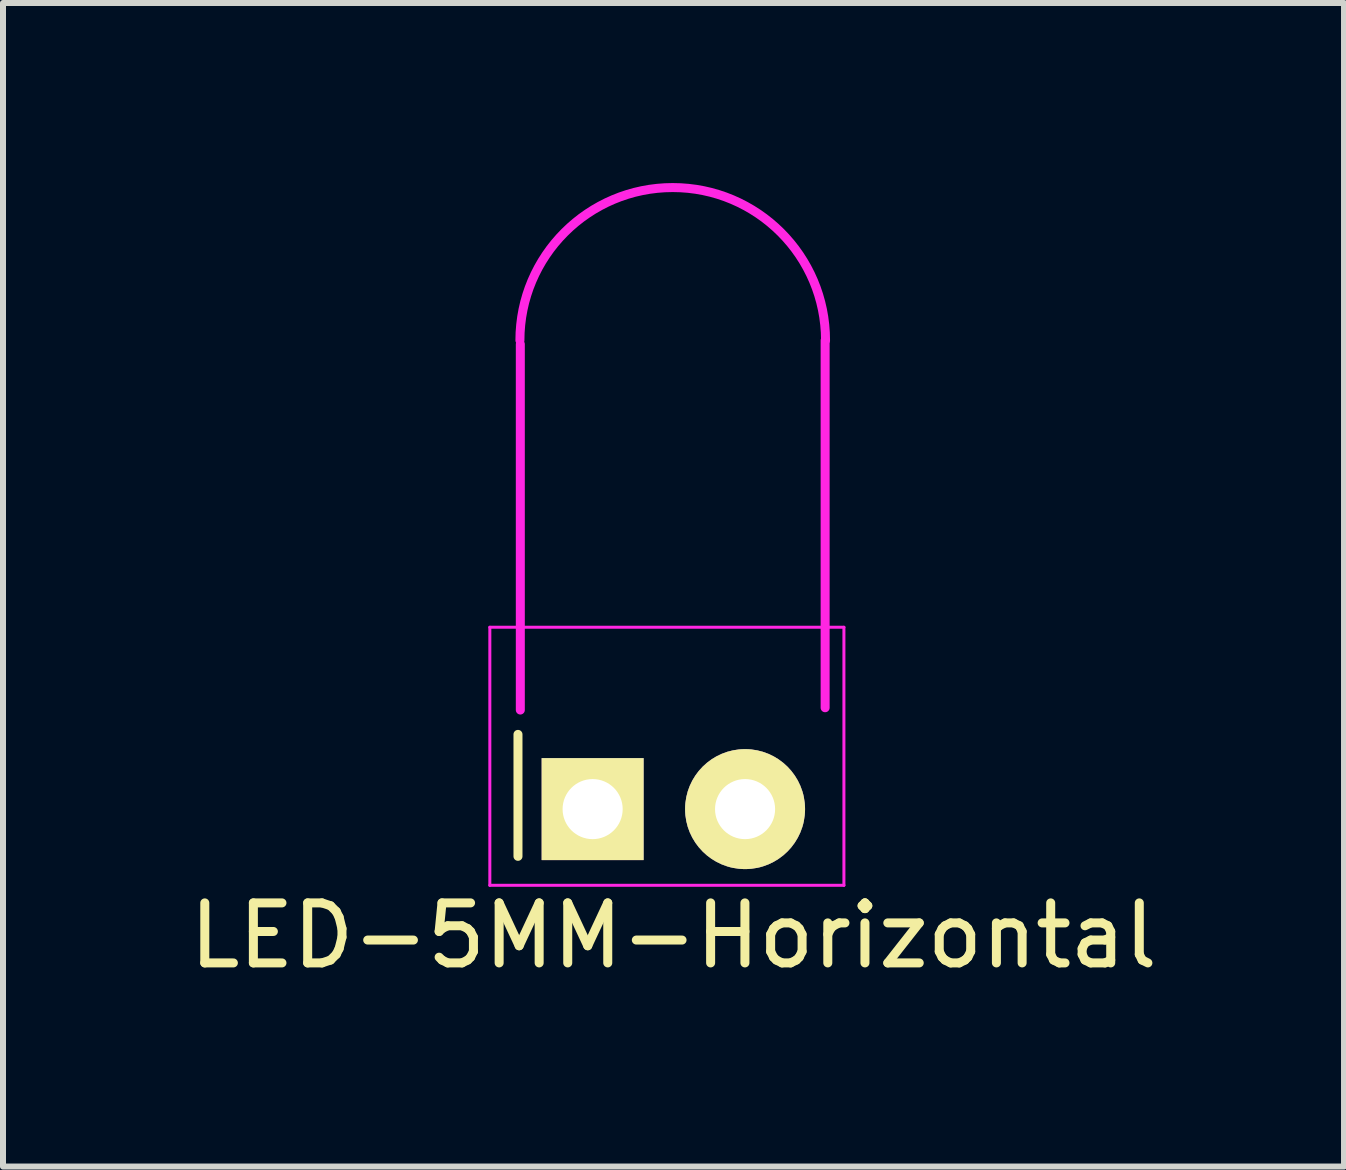
<source format=kicad_pcb>
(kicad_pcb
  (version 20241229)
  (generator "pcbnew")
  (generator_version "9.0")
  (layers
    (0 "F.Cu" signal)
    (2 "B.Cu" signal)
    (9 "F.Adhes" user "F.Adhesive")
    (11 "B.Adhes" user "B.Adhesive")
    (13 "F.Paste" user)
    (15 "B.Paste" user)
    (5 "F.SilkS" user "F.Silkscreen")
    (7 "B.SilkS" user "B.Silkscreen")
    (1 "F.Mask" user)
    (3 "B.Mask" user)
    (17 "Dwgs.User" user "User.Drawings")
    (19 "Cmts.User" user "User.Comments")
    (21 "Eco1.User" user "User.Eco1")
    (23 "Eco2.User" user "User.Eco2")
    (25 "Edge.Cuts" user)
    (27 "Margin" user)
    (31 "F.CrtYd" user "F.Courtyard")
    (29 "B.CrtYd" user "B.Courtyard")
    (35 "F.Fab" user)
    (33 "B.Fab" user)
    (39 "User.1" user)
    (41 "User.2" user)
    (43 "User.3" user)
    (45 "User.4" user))
  (footprint "LED-5MM-Horizontal"
    (layer "F.Cu")
    (at 6.826 10.432)
    (property "Reference" "LED-5MM-Horizontal" (at 1.346 2.108 0) (layer "F.SilkS") (effects (font (size 1 1) (thickness 0.15))))
    (attr through_hole)
    (fp_line (start -1.245 -1.245) (end -1.245 0.787) (stroke (width 0.15) (type solid)) (layer "F.SilkS"))
    (fp_line (start -1.714 -3.03) (end -1.714 1.27) (stroke (width 0.05) (type solid)) (layer "F.CrtYd"))
    (fp_line (start -1.714 -3.03) (end 4.186 -3.03) (stroke (width 0.05) (type solid)) (layer "F.CrtYd"))
    (fp_line (start -1.714 1.27) (end 4.186 1.27) (stroke (width 0.05) (type solid)) (layer "F.CrtYd"))
    (fp_line (start -1.206 -1.651) (end -1.206 -7.747) (stroke (width 0.15) (type solid)) (layer "F.CrtYd"))
    (fp_line (start 3.873 -1.689) (end 3.873 -7.811) (stroke (width 0.15) (type solid)) (layer "F.CrtYd"))
    (fp_line (start 4.186 -3.03) (end 4.186 1.27) (stroke (width 0.05) (type solid)) (layer "F.CrtYd"))
    (fp_arc (start -1.2127 -7.8105) (mid 1.3335 -10.3567) (end 3.8797 -7.8105) (stroke (width 0.15) (type solid)) (layer "F.CrtYd"))
    (pad "1" thru_hole rect (at -0.001 0 90) (size 1.699 1.699) (drill 1.001) (layers "*.Cu" "*.Mask" "F.SilkS"))
    (pad "2" thru_hole circle (at 2.539 0) (size 1.999 1.999) (drill 1.001) (layers "*.Cu" "*.Mask" "F.SilkS")))
  (gr_rect
    (start -3 -3)
    (end 19.345 16.388)
    (stroke (width 0.1) (type default))
    (fill no)
    (layer "Edge.Cuts")))
</source>
